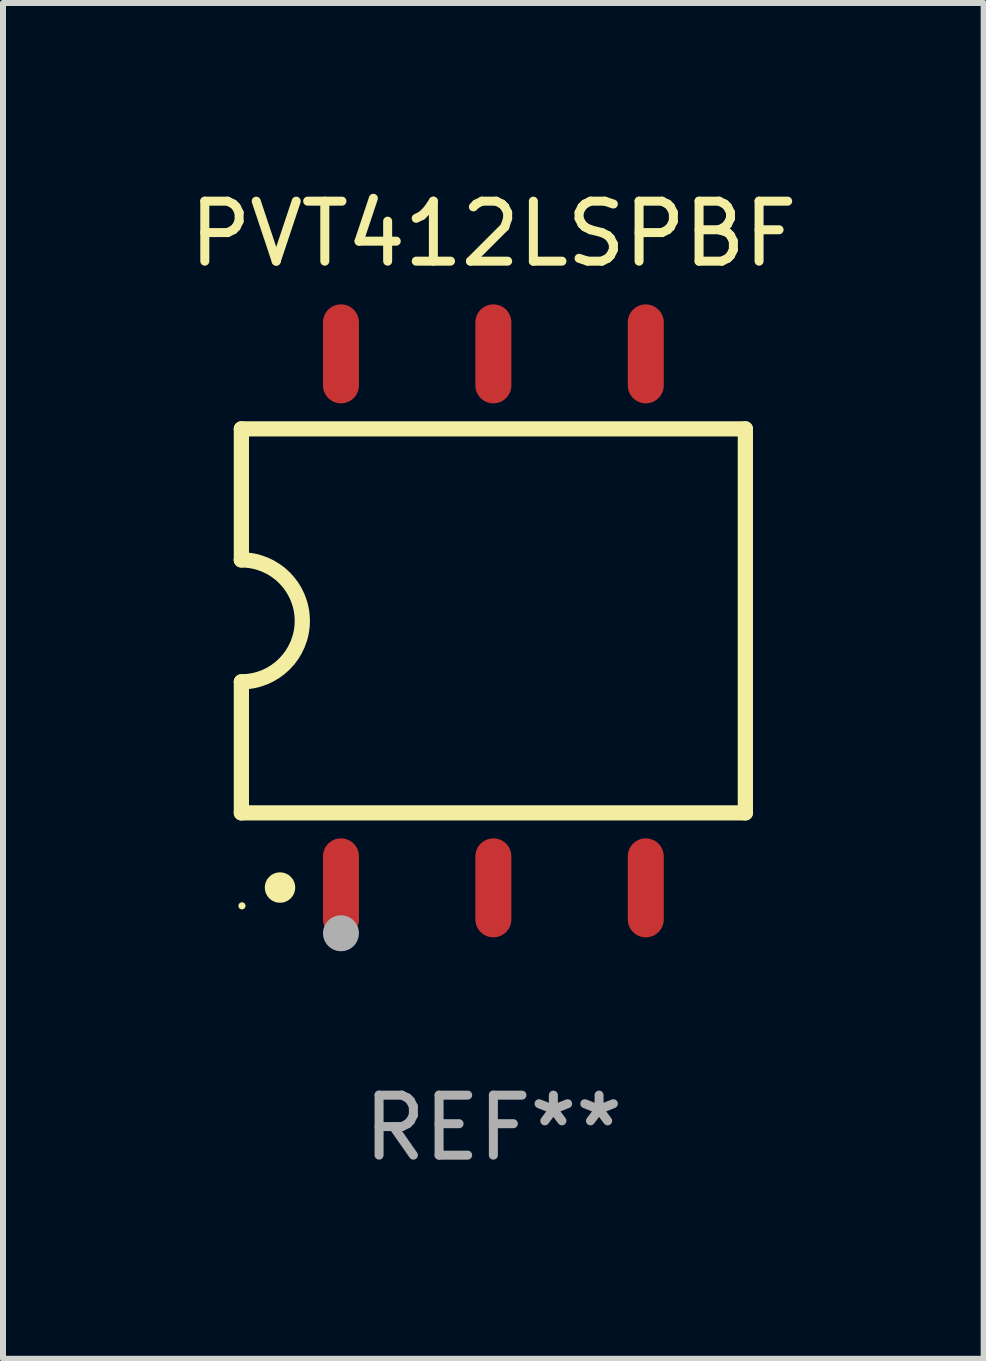
<source format=kicad_pcb>
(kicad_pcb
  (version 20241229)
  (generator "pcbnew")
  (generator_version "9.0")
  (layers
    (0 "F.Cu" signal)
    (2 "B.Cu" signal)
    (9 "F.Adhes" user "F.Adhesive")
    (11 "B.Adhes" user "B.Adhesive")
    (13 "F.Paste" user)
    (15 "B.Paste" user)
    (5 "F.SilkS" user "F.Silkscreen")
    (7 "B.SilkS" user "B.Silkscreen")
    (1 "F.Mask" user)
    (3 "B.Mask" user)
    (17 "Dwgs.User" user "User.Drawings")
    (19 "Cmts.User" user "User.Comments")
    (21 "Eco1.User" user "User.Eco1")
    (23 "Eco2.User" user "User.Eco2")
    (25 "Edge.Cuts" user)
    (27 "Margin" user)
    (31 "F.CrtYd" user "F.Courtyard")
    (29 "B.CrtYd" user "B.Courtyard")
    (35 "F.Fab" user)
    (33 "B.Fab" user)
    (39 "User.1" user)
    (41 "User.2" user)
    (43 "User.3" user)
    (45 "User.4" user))
  (footprint "PVT412LSPBF"
    (layer "F.Cu")
    (at 5.173 7.298)
    (property "Reference" "PVT412LSPBF" (at 0 -6.45 0) (layer "F.SilkS") (effects (font (size 1 1) (thickness 0.15))))
    (attr through_hole)
    (fp_line (start -4.2 -3.2) (end -4.2 -1.016) (stroke (width 0.254) (type solid)) (layer "F.SilkS"))
    (fp_line (start -4.2 -3.2) (end 4.2 -3.2) (stroke (width 0.254) (type solid)) (layer "F.SilkS"))
    (fp_line (start -4.2 3.2) (end -4.2 1.016) (stroke (width 0.254) (type solid)) (layer "F.SilkS"))
    (fp_line (start 4.2 -3.2) (end 4.2 3.2) (stroke (width 0.254) (type solid)) (layer "F.SilkS"))
    (fp_line (start 4.2 3.2) (end -4.2 3.2) (stroke (width 0.254) (type solid)) (layer "F.SilkS"))
    (fp_arc (start -4.201169 -1.016003) (mid -3.185166 -0.000585) (end -4.2 1.016002) (stroke (width 0.254001) (type solid)) (layer "F.SilkS"))
    (fp_circle (center -4.19 4.75) (end -4.16 4.75) (stroke (width 0.06) (type solid)) (fill no) (layer "F.SilkS"))
    (fp_circle (center -3.556 4.445) (end -3.429 4.445) (stroke (width 0.254) (type solid)) (fill no) (layer "F.SilkS"))
    (fp_circle (center -2.54 5.207) (end -2.39 5.207) (stroke (width 0.3) (type solid)) (fill no) (layer "F.Fab"))
    (fp_text user "REF**" (at 0 8.45 0) (layer "F.Fab") (effects (font (size 1 1) (thickness 0.15))))
    (pad "1" smd oval (at -2.54 4.45 90) (size 1.65 0.6) (layers "F.Cu" "F.Mask" "F.Paste"))
    (pad "2" smd oval (at 0 4.45 90) (size 1.65 0.6) (layers "F.Cu" "F.Mask" "F.Paste"))
    (pad "3" smd oval (at 2.54 4.45 90) (size 1.65 0.6) (layers "F.Cu" "F.Mask" "F.Paste"))
    (pad "4" smd oval (at 2.54 -4.45 90) (size 1.65 0.6) (layers "F.Cu" "F.Mask" "F.Paste"))
    (pad "5" smd oval (at 0 -4.45 90) (size 1.65 0.6) (layers "F.Cu" "F.Mask" "F.Paste"))
    (pad "6" smd oval (at -2.54 -4.45 90) (size 1.65 0.6) (layers "F.Cu" "F.Mask" "F.Paste")))
  (gr_rect
    (start -3 -3)
    (end 13.345 19.597)
    (stroke (width 0.1) (type default))
    (fill no)
    (layer "Edge.Cuts")))
</source>
